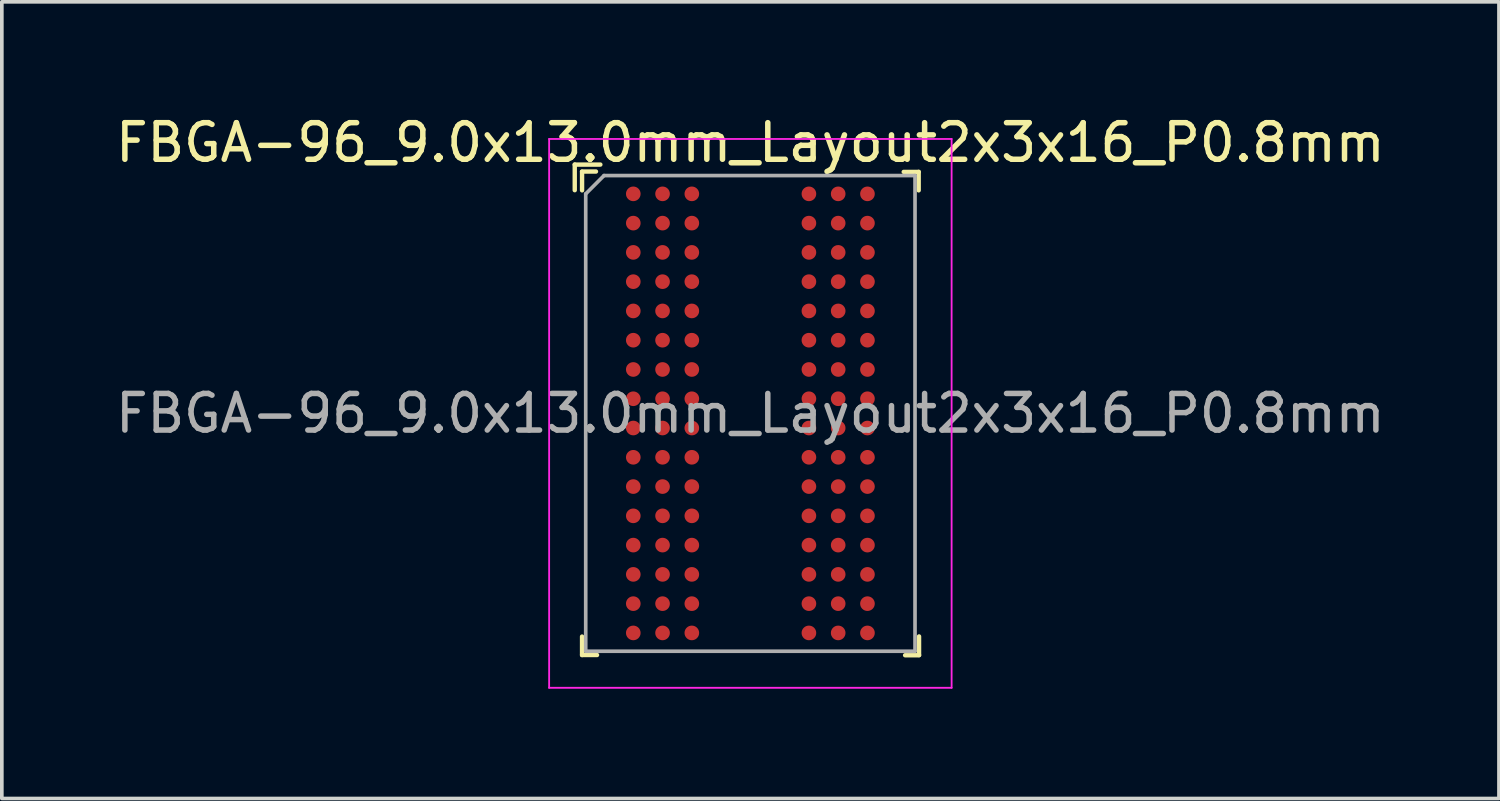
<source format=kicad_pcb>
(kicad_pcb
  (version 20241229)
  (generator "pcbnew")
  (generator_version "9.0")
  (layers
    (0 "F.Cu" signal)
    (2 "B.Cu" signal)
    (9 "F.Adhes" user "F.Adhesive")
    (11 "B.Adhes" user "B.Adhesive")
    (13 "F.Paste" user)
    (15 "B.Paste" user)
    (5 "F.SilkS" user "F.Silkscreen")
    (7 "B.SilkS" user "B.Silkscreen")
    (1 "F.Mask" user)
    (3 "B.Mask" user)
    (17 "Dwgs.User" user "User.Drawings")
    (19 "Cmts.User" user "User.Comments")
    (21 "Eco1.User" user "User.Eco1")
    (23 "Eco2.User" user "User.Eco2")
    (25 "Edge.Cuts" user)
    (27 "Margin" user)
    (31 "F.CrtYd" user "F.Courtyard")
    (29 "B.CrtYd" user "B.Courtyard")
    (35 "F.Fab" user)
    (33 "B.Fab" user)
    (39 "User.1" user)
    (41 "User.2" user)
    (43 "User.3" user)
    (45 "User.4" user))
  (footprint "FBGA-96_9.0x13.0mm_Layout2x3x16_P0.8mm"
    (layer "F.Cu")
    (at 17.458 8.248)
    (property "Reference" "FBGA-96_9.0x13.0mm_Layout2x3x16_P0.8mm" (at 0 -7.4 0) (layer "F.SilkS") (effects (font (size 1 1) (thickness 0.15))))
    (attr smd)
    (fp_line (start -4.8 -6.8) (end -4.8 -6.1) (stroke (width 0.12) (type solid)) (layer "F.SilkS"))
    (fp_line (start -4.6 -6.604) (end -4.6 -6.096) (stroke (width 0.12) (type solid)) (layer "F.SilkS"))
    (fp_line (start -4.6 6.1) (end -4.6 6.604) (stroke (width 0.12) (type solid)) (layer "F.SilkS"))
    (fp_line (start -4.6 6.604) (end -4.191 6.604) (stroke (width 0.12) (type solid)) (layer "F.SilkS"))
    (fp_line (start -4.22 -6.61) (end -4.601 -6.61) (stroke (width 0.12) (type solid)) (layer "F.SilkS"))
    (fp_line (start -4.1 -6.8) (end -4.8 -6.8) (stroke (width 0.12) (type solid)) (layer "F.SilkS"))
    (fp_line (start 4.229 6.61) (end 4.611 6.61) (stroke (width 0.12) (type solid)) (layer "F.SilkS"))
    (fp_line (start 4.6 -6.6) (end 4.191 -6.6) (stroke (width 0.12) (type solid)) (layer "F.SilkS"))
    (fp_line (start 4.6 -6.096) (end 4.6 -6.6) (stroke (width 0.12) (type solid)) (layer "F.SilkS"))
    (fp_line (start 4.61 6.604) (end 4.61 6.096) (stroke (width 0.12) (type solid)) (layer "F.SilkS"))
    (fp_line (start -5.5 -7.5) (end -5.5 7.5) (stroke (width 0.05) (type solid)) (layer "F.CrtYd"))
    (fp_line (start -5.5 -7.5) (end 5.5 -7.5) (stroke (width 0.05) (type solid)) (layer "F.CrtYd"))
    (fp_line (start 5.5 7.5) (end -5.5 7.5) (stroke (width 0.05) (type solid)) (layer "F.CrtYd"))
    (fp_line (start 5.5 7.5) (end 5.5 -7.5) (stroke (width 0.05) (type solid)) (layer "F.CrtYd"))
    (fp_line (start -4.5 -6) (end -4.5 6.5) (stroke (width 0.1) (type solid)) (layer "F.Fab"))
    (fp_line (start -4.5 6.5) (end 4.5 6.5) (stroke (width 0.1) (type solid)) (layer "F.Fab"))
    (fp_line (start -4 -6.5) (end -4.5 -6) (stroke (width 0.1) (type solid)) (layer "F.Fab"))
    (fp_line (start 4.5 -6.5) (end -4 -6.5) (stroke (width 0.1) (type solid)) (layer "F.Fab"))
    (fp_line (start 4.5 6.5) (end 4.5 -6.5) (stroke (width 0.1) (type solid)) (layer "F.Fab"))
    (fp_text user "${REFERENCE}" (at 0 0 0) (layer "F.Fab") (effects (font (size 1 1) (thickness 0.15))))
    (pad "A1" smd circle (at -3.2 -6) (size 0.4 0.4) (layers "F.Cu" "F.Mask" "F.Paste"))
    (pad "A2" smd circle (at -2.4 -6) (size 0.4 0.4) (layers "F.Cu" "F.Mask" "F.Paste"))
    (pad "A3" smd circle (at -1.6 -6) (size 0.4 0.4) (layers "F.Cu" "F.Mask" "F.Paste"))
    (pad "A7" smd circle (at 1.6 -6) (size 0.4 0.4) (layers "F.Cu" "F.Mask" "F.Paste"))
    (pad "A8" smd circle (at 2.4 -6) (size 0.4 0.4) (layers "F.Cu" "F.Mask" "F.Paste"))
    (pad "A9" smd circle (at 3.2 -6) (size 0.4 0.4) (layers "F.Cu" "F.Mask" "F.Paste"))
    (pad "B1" smd circle (at -3.2 -5.2) (size 0.4 0.4) (layers "F.Cu" "F.Mask" "F.Paste"))
    (pad "B2" smd circle (at -2.4 -5.2) (size 0.4 0.4) (layers "F.Cu" "F.Mask" "F.Paste"))
    (pad "B3" smd circle (at -1.6 -5.2) (size 0.4 0.4) (layers "F.Cu" "F.Mask" "F.Paste"))
    (pad "B7" smd circle (at 1.6 -5.2) (size 0.4 0.4) (layers "F.Cu" "F.Mask" "F.Paste"))
    (pad "B8" smd circle (at 2.4 -5.2) (size 0.4 0.4) (layers "F.Cu" "F.Mask" "F.Paste"))
    (pad "B9" smd circle (at 3.2 -5.2) (size 0.4 0.4) (layers "F.Cu" "F.Mask" "F.Paste"))
    (pad "C1" smd circle (at -3.2 -4.4) (size 0.4 0.4) (layers "F.Cu" "F.Mask" "F.Paste"))
    (pad "C2" smd circle (at -2.4 -4.4) (size 0.4 0.4) (layers "F.Cu" "F.Mask" "F.Paste"))
    (pad "C3" smd circle (at -1.6 -4.4) (size 0.4 0.4) (layers "F.Cu" "F.Mask" "F.Paste"))
    (pad "C7" smd circle (at 1.6 -4.4) (size 0.4 0.4) (layers "F.Cu" "F.Mask" "F.Paste"))
    (pad "C8" smd circle (at 2.4 -4.4) (size 0.4 0.4) (layers "F.Cu" "F.Mask" "F.Paste"))
    (pad "C9" smd circle (at 3.2 -4.4) (size 0.4 0.4) (layers "F.Cu" "F.Mask" "F.Paste"))
    (pad "D1" smd circle (at -3.2 -3.6) (size 0.4 0.4) (layers "F.Cu" "F.Mask" "F.Paste"))
    (pad "D2" smd circle (at -2.4 -3.6) (size 0.4 0.4) (layers "F.Cu" "F.Mask" "F.Paste"))
    (pad "D3" smd circle (at -1.6 -3.6) (size 0.4 0.4) (layers "F.Cu" "F.Mask" "F.Paste"))
    (pad "D7" smd circle (at 1.6 -3.6) (size 0.4 0.4) (layers "F.Cu" "F.Mask" "F.Paste"))
    (pad "D8" smd circle (at 2.4 -3.6) (size 0.4 0.4) (layers "F.Cu" "F.Mask" "F.Paste"))
    (pad "D9" smd circle (at 3.2 -3.6) (size 0.4 0.4) (layers "F.Cu" "F.Mask" "F.Paste"))
    (pad "E1" smd circle (at -3.2 -2.8) (size 0.4 0.4) (layers "F.Cu" "F.Mask" "F.Paste"))
    (pad "E2" smd circle (at -2.4 -2.8) (size 0.4 0.4) (layers "F.Cu" "F.Mask" "F.Paste"))
    (pad "E3" smd circle (at -1.6 -2.8) (size 0.4 0.4) (layers "F.Cu" "F.Mask" "F.Paste"))
    (pad "E7" smd circle (at 1.6 -2.8) (size 0.4 0.4) (layers "F.Cu" "F.Mask" "F.Paste"))
    (pad "E8" smd circle (at 2.4 -2.8) (size 0.4 0.4) (layers "F.Cu" "F.Mask" "F.Paste"))
    (pad "E9" smd circle (at 3.2 -2.8) (size 0.4 0.4) (layers "F.Cu" "F.Mask" "F.Paste"))
    (pad "F1" smd circle (at -3.2 -2) (size 0.4 0.4) (layers "F.Cu" "F.Mask" "F.Paste"))
    (pad "F2" smd circle (at -2.4 -2) (size 0.4 0.4) (layers "F.Cu" "F.Mask" "F.Paste"))
    (pad "F3" smd circle (at -1.6 -2) (size 0.4 0.4) (layers "F.Cu" "F.Mask" "F.Paste"))
    (pad "F7" smd circle (at 1.6 -2) (size 0.4 0.4) (layers "F.Cu" "F.Mask" "F.Paste"))
    (pad "F8" smd circle (at 2.4 -2) (size 0.4 0.4) (layers "F.Cu" "F.Mask" "F.Paste"))
    (pad "F9" smd circle (at 3.2 -2) (size 0.4 0.4) (layers "F.Cu" "F.Mask" "F.Paste"))
    (pad "G1" smd circle (at -3.2 -1.2) (size 0.4 0.4) (layers "F.Cu" "F.Mask" "F.Paste"))
    (pad "G2" smd circle (at -2.4 -1.2) (size 0.4 0.4) (layers "F.Cu" "F.Mask" "F.Paste"))
    (pad "G3" smd circle (at -1.6 -1.2) (size 0.4 0.4) (layers "F.Cu" "F.Mask" "F.Paste"))
    (pad "G7" smd circle (at 1.6 -1.2) (size 0.4 0.4) (layers "F.Cu" "F.Mask" "F.Paste"))
    (pad "G8" smd circle (at 2.4 -1.2) (size 0.4 0.4) (layers "F.Cu" "F.Mask" "F.Paste"))
    (pad "G9" smd circle (at 3.2 -1.2) (size 0.4 0.4) (layers "F.Cu" "F.Mask" "F.Paste"))
    (pad "H1" smd circle (at -3.2 -0.4) (size 0.4 0.4) (layers "F.Cu" "F.Mask" "F.Paste"))
    (pad "H2" smd circle (at -2.4 -0.4) (size 0.4 0.4) (layers "F.Cu" "F.Mask" "F.Paste"))
    (pad "H3" smd circle (at -1.6 -0.4) (size 0.4 0.4) (layers "F.Cu" "F.Mask" "F.Paste"))
    (pad "H7" smd circle (at 1.6 -0.4) (size 0.4 0.4) (layers "F.Cu" "F.Mask" "F.Paste"))
    (pad "H8" smd circle (at 2.4 -0.4) (size 0.4 0.4) (layers "F.Cu" "F.Mask" "F.Paste"))
    (pad "H9" smd circle (at 3.2 -0.4) (size 0.4 0.4) (layers "F.Cu" "F.Mask" "F.Paste"))
    (pad "J1" smd circle (at -3.2 0.4) (size 0.4 0.4) (layers "F.Cu" "F.Mask" "F.Paste"))
    (pad "J2" smd circle (at -2.4 0.4) (size 0.4 0.4) (layers "F.Cu" "F.Mask" "F.Paste"))
    (pad "J3" smd circle (at -1.6 0.4) (size 0.4 0.4) (layers "F.Cu" "F.Mask" "F.Paste"))
    (pad "J7" smd circle (at 1.6 0.4) (size 0.4 0.4) (layers "F.Cu" "F.Mask" "F.Paste"))
    (pad "J8" smd circle (at 2.4 0.4) (size 0.4 0.4) (layers "F.Cu" "F.Mask" "F.Paste"))
    (pad "J9" smd circle (at 3.2 0.4) (size 0.4 0.4) (layers "F.Cu" "F.Mask" "F.Paste"))
    (pad "K1" smd circle (at -3.2 1.2) (size 0.4 0.4) (layers "F.Cu" "F.Mask" "F.Paste"))
    (pad "K2" smd circle (at -2.4 1.2) (size 0.4 0.4) (layers "F.Cu" "F.Mask" "F.Paste"))
    (pad "K3" smd circle (at -1.6 1.2) (size 0.4 0.4) (layers "F.Cu" "F.Mask" "F.Paste"))
    (pad "K7" smd circle (at 1.6 1.2) (size 0.4 0.4) (layers "F.Cu" "F.Mask" "F.Paste"))
    (pad "K8" smd circle (at 2.4 1.2) (size 0.4 0.4) (layers "F.Cu" "F.Mask" "F.Paste"))
    (pad "K9" smd circle (at 3.2 1.2) (size 0.4 0.4) (layers "F.Cu" "F.Mask" "F.Paste"))
    (pad "L1" smd circle (at -3.2 2) (size 0.4 0.4) (layers "F.Cu" "F.Mask" "F.Paste"))
    (pad "L2" smd circle (at -2.4 2) (size 0.4 0.4) (layers "F.Cu" "F.Mask" "F.Paste"))
    (pad "L3" smd circle (at -1.6 2) (size 0.4 0.4) (layers "F.Cu" "F.Mask" "F.Paste"))
    (pad "L7" smd circle (at 1.6 2) (size 0.4 0.4) (layers "F.Cu" "F.Mask" "F.Paste"))
    (pad "L8" smd circle (at 2.4 2) (size 0.4 0.4) (layers "F.Cu" "F.Mask" "F.Paste"))
    (pad "L9" smd circle (at 3.2 2) (size 0.4 0.4) (layers "F.Cu" "F.Mask" "F.Paste"))
    (pad "M1" smd circle (at -3.2 2.8) (size 0.4 0.4) (layers "F.Cu" "F.Mask" "F.Paste"))
    (pad "M2" smd circle (at -2.4 2.8) (size 0.4 0.4) (layers "F.Cu" "F.Mask" "F.Paste"))
    (pad "M3" smd circle (at -1.6 2.8) (size 0.4 0.4) (layers "F.Cu" "F.Mask" "F.Paste"))
    (pad "M7" smd circle (at 1.6 2.8) (size 0.4 0.4) (layers "F.Cu" "F.Mask" "F.Paste"))
    (pad "M8" smd circle (at 2.4 2.8) (size 0.4 0.4) (layers "F.Cu" "F.Mask" "F.Paste"))
    (pad "M9" smd circle (at 3.2 2.8) (size 0.4 0.4) (layers "F.Cu" "F.Mask" "F.Paste"))
    (pad "N1" smd circle (at -3.2 3.6) (size 0.4 0.4) (layers "F.Cu" "F.Mask" "F.Paste"))
    (pad "N2" smd circle (at -2.4 3.6) (size 0.4 0.4) (layers "F.Cu" "F.Mask" "F.Paste"))
    (pad "N3" smd circle (at -1.6 3.6) (size 0.4 0.4) (layers "F.Cu" "F.Mask" "F.Paste"))
    (pad "N7" smd circle (at 1.6 3.6) (size 0.4 0.4) (layers "F.Cu" "F.Mask" "F.Paste"))
    (pad "N8" smd circle (at 2.4 3.6) (size 0.4 0.4) (layers "F.Cu" "F.Mask" "F.Paste"))
    (pad "N9" smd circle (at 3.2 3.6) (size 0.4 0.4) (layers "F.Cu" "F.Mask" "F.Paste"))
    (pad "P1" smd circle (at -3.2 4.4) (size 0.4 0.4) (layers "F.Cu" "F.Mask" "F.Paste"))
    (pad "P2" smd circle (at -2.4 4.4) (size 0.4 0.4) (layers "F.Cu" "F.Mask" "F.Paste"))
    (pad "P3" smd circle (at -1.6 4.4) (size 0.4 0.4) (layers "F.Cu" "F.Mask" "F.Paste"))
    (pad "P7" smd circle (at 1.6 4.4) (size 0.4 0.4) (layers "F.Cu" "F.Mask" "F.Paste"))
    (pad "P8" smd circle (at 2.4 4.4) (size 0.4 0.4) (layers "F.Cu" "F.Mask" "F.Paste"))
    (pad "P9" smd circle (at 3.2 4.4) (size 0.4 0.4) (layers "F.Cu" "F.Mask" "F.Paste"))
    (pad "R1" smd circle (at -3.2 5.2) (size 0.4 0.4) (layers "F.Cu" "F.Mask" "F.Paste"))
    (pad "R2" smd circle (at -2.4 5.2) (size 0.4 0.4) (layers "F.Cu" "F.Mask" "F.Paste"))
    (pad "R3" smd circle (at -1.6 5.2) (size 0.4 0.4) (layers "F.Cu" "F.Mask" "F.Paste"))
    (pad "R7" smd circle (at 1.6 5.2) (size 0.4 0.4) (layers "F.Cu" "F.Mask" "F.Paste"))
    (pad "R8" smd circle (at 2.4 5.2) (size 0.4 0.4) (layers "F.Cu" "F.Mask" "F.Paste"))
    (pad "R9" smd circle (at 3.2 5.2) (size 0.4 0.4) (layers "F.Cu" "F.Mask" "F.Paste"))
    (pad "T1" smd circle (at -3.2 6) (size 0.4 0.4) (layers "F.Cu" "F.Mask" "F.Paste"))
    (pad "T2" smd circle (at -2.4 6) (size 0.4 0.4) (layers "F.Cu" "F.Mask" "F.Paste"))
    (pad "T3" smd circle (at -1.6 6) (size 0.4 0.4) (layers "F.Cu" "F.Mask" "F.Paste"))
    (pad "T7" smd circle (at 1.6 6) (size 0.4 0.4) (layers "F.Cu" "F.Mask" "F.Paste"))
    (pad "T8" smd circle (at 2.4 6) (size 0.4 0.4) (layers "F.Cu" "F.Mask" "F.Paste"))
    (pad "T9" smd circle (at 3.2 6) (size 0.4 0.4) (layers "F.Cu" "F.Mask" "F.Paste")))
  (gr_rect
    (start -3 -3)
    (end 37.917 18.773)
    (stroke (width 0.1) (type default))
    (fill no)
    (layer "Edge.Cuts")))
</source>
